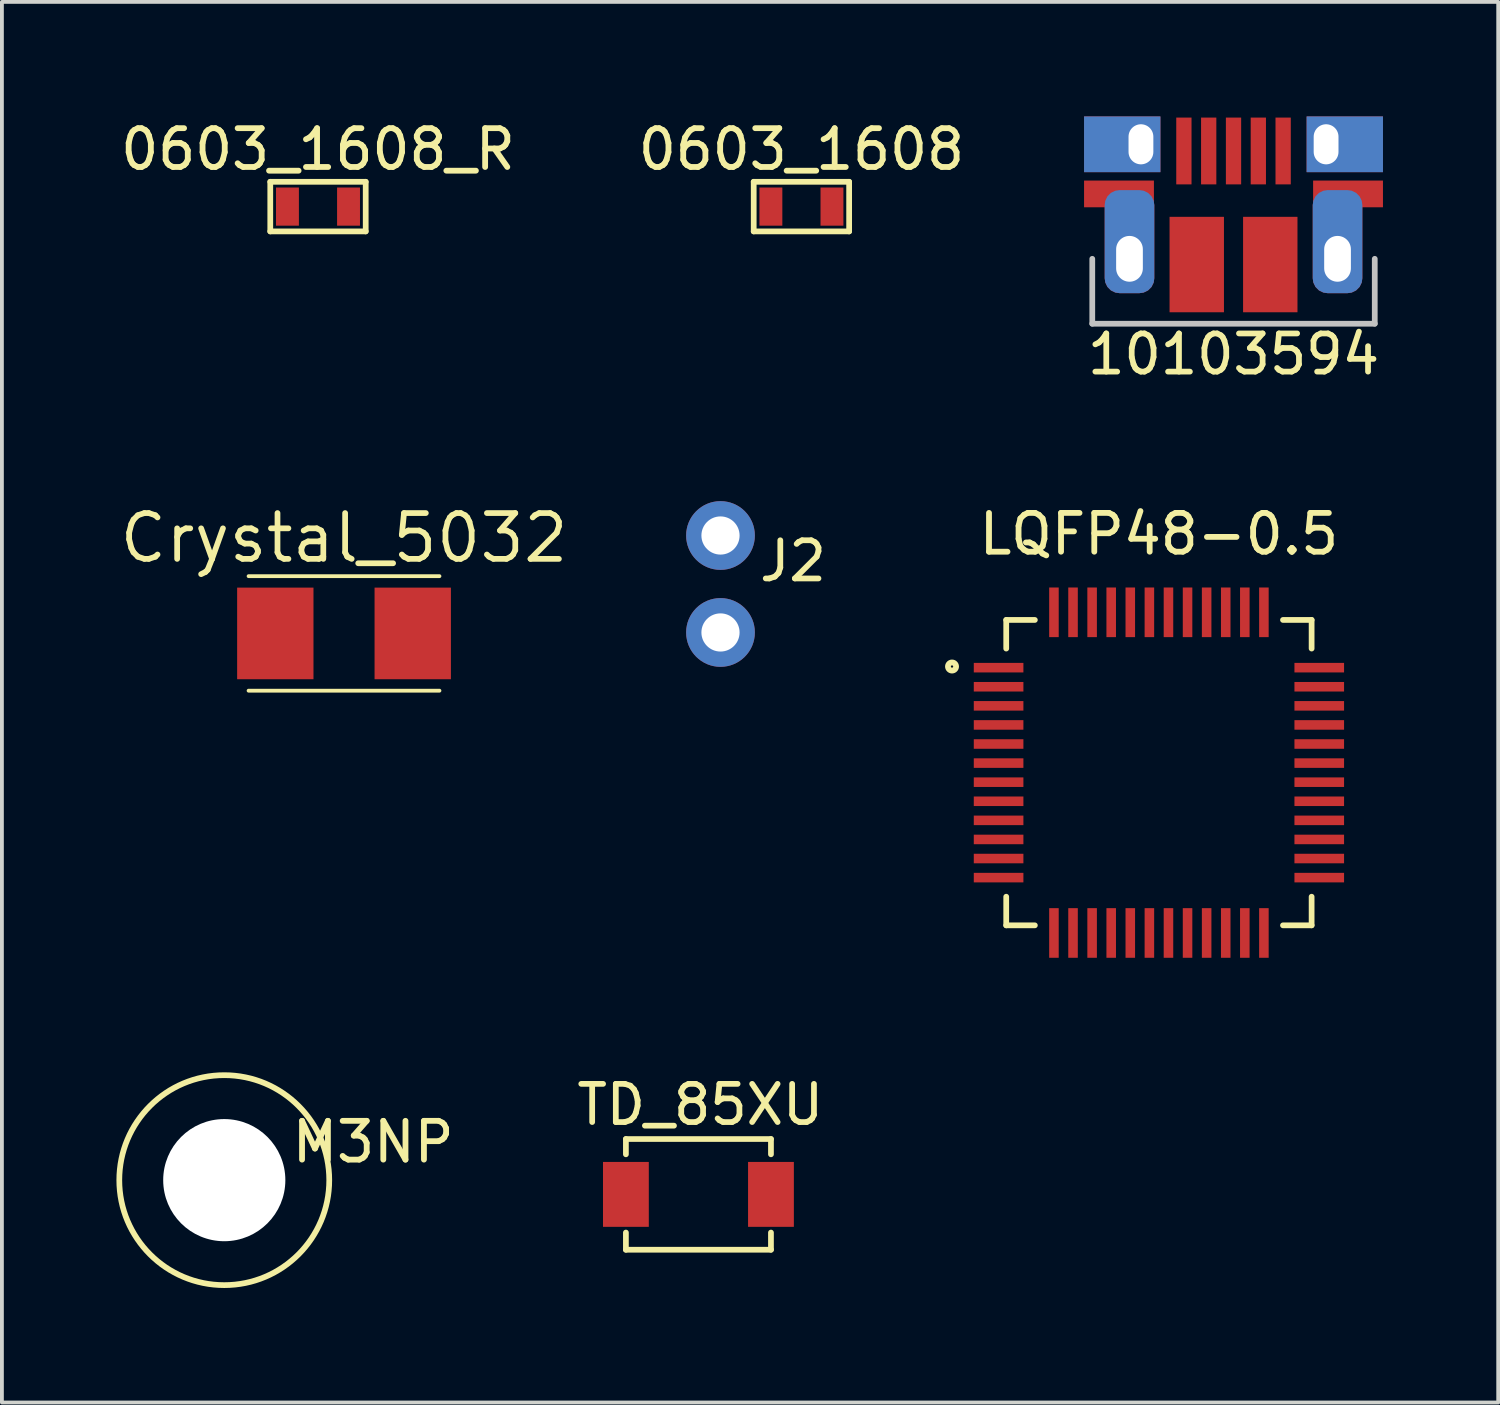
<source format=kicad_pcb>
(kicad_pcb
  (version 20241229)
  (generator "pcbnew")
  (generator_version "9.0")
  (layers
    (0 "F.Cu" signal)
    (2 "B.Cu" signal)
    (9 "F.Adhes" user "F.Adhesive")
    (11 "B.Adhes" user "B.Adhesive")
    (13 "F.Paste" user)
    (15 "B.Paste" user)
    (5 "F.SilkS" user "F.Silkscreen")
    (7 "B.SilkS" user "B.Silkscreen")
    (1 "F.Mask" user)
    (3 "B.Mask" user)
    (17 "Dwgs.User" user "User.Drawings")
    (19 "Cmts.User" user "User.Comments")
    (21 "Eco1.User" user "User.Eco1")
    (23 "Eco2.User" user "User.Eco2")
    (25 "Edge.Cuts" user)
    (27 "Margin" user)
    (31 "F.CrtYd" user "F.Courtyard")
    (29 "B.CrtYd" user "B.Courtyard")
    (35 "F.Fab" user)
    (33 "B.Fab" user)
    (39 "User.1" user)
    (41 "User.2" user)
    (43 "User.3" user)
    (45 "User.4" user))
  (footprint "TD_85XU"
    (layer "F.Cu")
    (at 15.246 28.238)
    (property "Reference" "TD_85XU" (at 0.05 -2.35 0) (layer "F.SilkS") (effects (font (size 1 1) (thickness 0.15))))
    (attr through_hole)
    (fp_line (start -1.9 -1.45) (end 1.9 -1.45) (stroke (width 0.15) (type solid)) (layer "F.SilkS"))
    (fp_line (start -1.9 -1.05) (end -1.9 -1.45) (stroke (width 0.15) (type solid)) (layer "F.SilkS"))
    (fp_line (start -1.9 1.45) (end -1.9 1) (stroke (width 0.15) (type solid)) (layer "F.SilkS"))
    (fp_line (start 1.9 -1.45) (end 1.9 -1.05) (stroke (width 0.15) (type solid)) (layer "F.SilkS"))
    (fp_line (start 1.9 1) (end 1.9 1.45) (stroke (width 0.15) (type solid)) (layer "F.SilkS"))
    (fp_line (start 1.9 1.45) (end -1.9 1.45) (stroke (width 0.15) (type solid)) (layer "F.SilkS"))
    (pad "1" smd rect (at -1.9 0) (size 1.2 1.7) (layers "F.Cu" "F.Mask" "F.Paste"))
    (pad "2" smd rect (at 1.9 0) (size 1.2 1.7) (layers "F.Cu" "F.Mask" "F.Paste")))
  (footprint "M3NP"
    (layer "F.Cu")
    (at 2.825 27.865)
    (property "Reference" "M3NP" (at 3.9 -1 0) (layer "F.SilkS") (effects (font (size 1.016 1.016) (thickness 0.152))))
    (attr through_hole)
    (fp_circle (center 0 0) (end 2.75 0) (stroke (width 0.15) (type solid)) (fill no) (layer "F.SilkS"))
    (pad "" np_thru_hole circle (at 0 0) (size 3.2 3.2) (drill 3.2) (layers "*.Cu" "*.Mask")))
  (footprint "LQFP48-0.5"
    (layer "F.Cu")
    (at 27.309 17.19)
    (property "Reference" "LQFP48-0.5" (at 0 -6.25 0) (layer "F.SilkS") (effects (font (size 1.016 1.016) (thickness 0.152))))
    (attr through_hole)
    (fp_line (start -4 -4) (end -3.25 -4) (stroke (width 0.15) (type solid)) (layer "F.SilkS"))
    (fp_line (start -4 -3.25) (end -4 -4) (stroke (width 0.15) (type solid)) (layer "F.SilkS"))
    (fp_line (start -4 4) (end -4 3.25) (stroke (width 0.15) (type solid)) (layer "F.SilkS"))
    (fp_line (start -3.25 4) (end -4 4) (stroke (width 0.15) (type solid)) (layer "F.SilkS"))
    (fp_line (start 3.25 -4) (end 4 -4) (stroke (width 0.15) (type solid)) (layer "F.SilkS"))
    (fp_line (start 4 -4) (end 4 -3.25) (stroke (width 0.15) (type solid)) (layer "F.SilkS"))
    (fp_line (start 4 3.25) (end 4 4) (stroke (width 0.15) (type solid)) (layer "F.SilkS"))
    (fp_line (start 4 4) (end 3.25 4) (stroke (width 0.15) (type solid)) (layer "F.SilkS"))
    (fp_circle (center -5.42 -2.78) (end -5.345 -2.705) (stroke (width 0.152) (type solid)) (fill no) (layer "F.SilkS"))
    (pad "1" smd rect (at -4.2 -2.75) (size 1.3 0.25) (layers "F.Cu" "F.Mask" "F.Paste"))
    (pad "2" smd rect (at -4.2 -2.25) (size 1.3 0.25) (layers "F.Cu" "F.Mask" "F.Paste"))
    (pad "3" smd rect (at -4.2 -1.75) (size 1.3 0.25) (layers "F.Cu" "F.Mask" "F.Paste"))
    (pad "4" smd rect (at -4.2 -1.25) (size 1.3 0.25) (layers "F.Cu" "F.Mask" "F.Paste"))
    (pad "5" smd rect (at -4.2 -0.75) (size 1.3 0.25) (layers "F.Cu" "F.Mask" "F.Paste"))
    (pad "6" smd rect (at -4.2 -0.25) (size 1.3 0.25) (layers "F.Cu" "F.Mask" "F.Paste"))
    (pad "7" smd rect (at -4.2 0.25) (size 1.3 0.25) (layers "F.Cu" "F.Mask" "F.Paste"))
    (pad "8" smd rect (at -4.2 0.75) (size 1.3 0.25) (layers "F.Cu" "F.Mask" "F.Paste"))
    (pad "9" smd rect (at -4.2 1.25) (size 1.3 0.25) (layers "F.Cu" "F.Mask" "F.Paste"))
    (pad "10" smd rect (at -4.2 1.75) (size 1.3 0.25) (layers "F.Cu" "F.Mask" "F.Paste"))
    (pad "11" smd rect (at -4.2 2.25) (size 1.3 0.25) (layers "F.Cu" "F.Mask" "F.Paste"))
    (pad "12" smd rect (at -4.2 2.75) (size 1.3 0.25) (layers "F.Cu" "F.Mask" "F.Paste"))
    (pad "13" smd rect (at -2.75 4.2) (size 0.25 1.3) (layers "F.Cu" "F.Mask" "F.Paste"))
    (pad "14" smd rect (at -2.25 4.2) (size 0.25 1.3) (layers "F.Cu" "F.Mask" "F.Paste"))
    (pad "15" smd rect (at -1.75 4.2) (size 0.25 1.3) (layers "F.Cu" "F.Mask" "F.Paste"))
    (pad "16" smd rect (at -1.25 4.2) (size 0.25 1.3) (layers "F.Cu" "F.Mask" "F.Paste"))
    (pad "17" smd rect (at -0.75 4.2) (size 0.25 1.3) (layers "F.Cu" "F.Mask" "F.Paste"))
    (pad "18" smd rect (at -0.25 4.2) (size 0.25 1.3) (layers "F.Cu" "F.Mask" "F.Paste"))
    (pad "19" smd rect (at 0.25 4.2) (size 0.25 1.3) (layers "F.Cu" "F.Mask" "F.Paste"))
    (pad "20" smd rect (at 0.75 4.2) (size 0.25 1.3) (layers "F.Cu" "F.Mask" "F.Paste"))
    (pad "21" smd rect (at 1.25 4.2) (size 0.25 1.3) (layers "F.Cu" "F.Mask" "F.Paste"))
    (pad "22" smd rect (at 1.75 4.2) (size 0.25 1.3) (layers "F.Cu" "F.Mask" "F.Paste"))
    (pad "23" smd rect (at 2.25 4.2) (size 0.25 1.3) (layers "F.Cu" "F.Mask" "F.Paste"))
    (pad "24" smd rect (at 2.75 4.2) (size 0.25 1.3) (layers "F.Cu" "F.Mask" "F.Paste"))
    (pad "25" smd rect (at 4.2 2.75) (size 1.3 0.25) (layers "F.Cu" "F.Mask" "F.Paste"))
    (pad "26" smd rect (at 4.2 2.25) (size 1.3 0.25) (layers "F.Cu" "F.Mask" "F.Paste"))
    (pad "27" smd rect (at 4.2 1.75) (size 1.3 0.25) (layers "F.Cu" "F.Mask" "F.Paste"))
    (pad "28" smd rect (at 4.2 1.25) (size 1.3 0.25) (layers "F.Cu" "F.Mask" "F.Paste"))
    (pad "29" smd rect (at 4.2 0.75) (size 1.3 0.25) (layers "F.Cu" "F.Mask" "F.Paste"))
    (pad "30" smd rect (at 4.2 0.25) (size 1.3 0.25) (layers "F.Cu" "F.Mask" "F.Paste"))
    (pad "31" smd rect (at 4.2 -0.25) (size 1.3 0.25) (layers "F.Cu" "F.Mask" "F.Paste"))
    (pad "32" smd rect (at 4.2 -0.75) (size 1.3 0.25) (layers "F.Cu" "F.Mask" "F.Paste"))
    (pad "33" smd rect (at 4.2 -1.25) (size 1.3 0.25) (layers "F.Cu" "F.Mask" "F.Paste"))
    (pad "34" smd rect (at 4.2 -1.75) (size 1.3 0.25) (layers "F.Cu" "F.Mask" "F.Paste"))
    (pad "35" smd rect (at 4.2 -2.25) (size 1.3 0.25) (layers "F.Cu" "F.Mask" "F.Paste"))
    (pad "36" smd rect (at 4.2 -2.75) (size 1.3 0.25) (layers "F.Cu" "F.Mask" "F.Paste"))
    (pad "37" smd rect (at 2.75 -4.2) (size 0.25 1.3) (layers "F.Cu" "F.Mask" "F.Paste"))
    (pad "38" smd rect (at 2.25 -4.2) (size 0.25 1.3) (layers "F.Cu" "F.Mask" "F.Paste"))
    (pad "39" smd rect (at 1.75 -4.2) (size 0.25 1.3) (layers "F.Cu" "F.Mask" "F.Paste"))
    (pad "40" smd rect (at 1.25 -4.2) (size 0.25 1.3) (layers "F.Cu" "F.Mask" "F.Paste"))
    (pad "41" smd rect (at 0.75 -4.2) (size 0.25 1.3) (layers "F.Cu" "F.Mask" "F.Paste"))
    (pad "42" smd rect (at 0.25 -4.2) (size 0.25 1.3) (layers "F.Cu" "F.Mask" "F.Paste"))
    (pad "43" smd rect (at -0.25 -4.2) (size 0.25 1.3) (layers "F.Cu" "F.Mask" "F.Paste"))
    (pad "44" smd rect (at -0.75 -4.2) (size 0.25 1.3) (layers "F.Cu" "F.Mask" "F.Paste"))
    (pad "45" smd rect (at -1.25 -4.2) (size 0.25 1.3) (layers "F.Cu" "F.Mask" "F.Paste"))
    (pad "46" smd rect (at -1.75 -4.2) (size 0.25 1.3) (layers "F.Cu" "F.Mask" "F.Paste"))
    (pad "47" smd rect (at -2.25 -4.2) (size 0.25 1.3) (layers "F.Cu" "F.Mask" "F.Paste"))
    (pad "48" smd rect (at -2.75 -4.2) (size 0.25 1.3) (layers "F.Cu" "F.Mask" "F.Paste")))
  (footprint "10103594"
    (layer "F.Cu")
    (at 29.263 0.73)
    (property "Reference" "10103594" (at 0 5.5 0) (layer "F.SilkS") (effects (font (size 1 1) (thickness 0.15))))
    (attr through_hole)
    (fp_line (start -3.7 3) (end -3.7 4.7) (stroke (width 0.15) (type solid)) (layer "Dwgs.User"))
    (fp_line (start 3.7 3) (end 3.7 4.7) (stroke (width 0.15) (type solid)) (layer "Dwgs.User"))
    (fp_line (start 3.7 4.7) (end -3.7 4.7) (stroke (width 0.15) (type solid)) (layer "Dwgs.User"))
    (pad "1" smd rect (at -1.3 0.175) (size 0.4 1.75) (layers "F.Cu" "F.Mask" "F.Paste"))
    (pad "2" smd rect (at -0.65 0.175) (size 0.4 1.75) (layers "F.Cu" "F.Mask" "F.Paste"))
    (pad "3" smd rect (at 0 0.175) (size 0.4 1.75) (layers "F.Cu" "F.Mask" "F.Paste"))
    (pad "4" smd rect (at 0.65 0.175) (size 0.4 1.75) (layers "F.Cu" "F.Mask" "F.Paste"))
    (pad "5" smd rect (at 1.3 0.175) (size 0.4 1.75) (layers "F.Cu" "F.Mask" "F.Paste"))
    (pad "6" smd rect (at -3 1.3) (size 1.83 0.7) (layers "F.Cu" "F.Mask" "F.Paste"))
    (pad "6" thru_hole roundrect (at -2.725 3) (size 1.3 2.7) (drill oval 0.7 1.2 (offset 0 -0.45)) (layers "*.Cu" "*.Mask" "F.Paste") (roundrect_rratio 0.3))
    (pad "6" thru_hole rect (at -2.425 0) (size 2 1.46) (drill oval 0.65 1.05 (offset -0.49 0)) (layers "*.Cu" "*.Mask" "F.Paste"))
    (pad "6" smd rect (at -0.963 3.15) (size 1.425 2.5) (layers "F.Cu" "F.Mask" "F.Paste"))
    (pad "6" smd rect (at 0.963 3.15) (size 1.425 2.5) (layers "F.Cu" "F.Mask" "F.Paste"))
    (pad "6" thru_hole rect (at 2.425 0) (size 2 1.46) (drill oval 0.65 1.05 (offset 0.49 0)) (layers "*.Cu" "*.Mask" "F.Paste"))
    (pad "6" thru_hole roundrect (at 2.725 3) (size 1.3 2.7) (drill oval 0.7 1.2 (offset 0 -0.45)) (layers "*.Cu" "*.Mask" "F.Paste") (roundrect_rratio 0.3))
    (pad "6" smd rect (at 3 1.3) (size 1.83 0.7) (layers "F.Cu" "F.Mask" "F.Paste")))
  (footprint "J2"
    (layer "F.Cu")
    (at 15.824 12.248)
    (property "Reference" "J2" (at 1.9 -0.6 0) (layer "F.SilkS") (effects (font (size 1 1) (thickness 0.15))))
    (attr through_hole)
    (pad "1" thru_hole circle (at 0 -1.27) (size 1.8 1.8) (drill 1) (layers "*.Cu" "*.Mask"))
    (pad "2" thru_hole circle (at 0 1.27) (size 1.8 1.8) (drill 1) (layers "*.Cu" "*.Mask")))
  (footprint "Crystal_5032"
    (layer "F.Cu")
    (at 5.962 13.543)
    (property "Reference" "Crystal_5032" (at 0 -2.5 0) (layer "F.SilkS") (effects (font (size 1.2 1.2) (thickness 0.15))))
    (attr through_hole)
    (fp_line (start -2.5 -1.5) (end 2.5 -1.5) (stroke (width 0.1) (type solid)) (layer "F.SilkS"))
    (fp_line (start 2.5 1.5) (end -2.5 1.5) (stroke (width 0.1) (type solid)) (layer "F.SilkS"))
    (pad "1" smd rect (at -1.8 0) (size 2 2.4) (layers "F.Cu" "F.Mask" "F.Paste"))
    (pad "2" smd rect (at 1.8 0) (size 2 2.4) (layers "F.Cu" "F.Mask" "F.Paste")))
  (footprint "0603_1608_R"
    (layer "F.Cu")
    (at 5.28 2.362)
    (property "Reference" "0603_1608_R" (at 0 -1.5 0) (layer "F.SilkS") (effects (font (size 1.016 1.016) (thickness 0.152))))
    (attr through_hole)
    (fp_line (start -1.25 -0.65) (end -1.25 0.65) (stroke (width 0.15) (type solid)) (layer "F.SilkS"))
    (fp_line (start -1.25 -0.65) (end 1.25 -0.65) (stroke (width 0.15) (type solid)) (layer "F.SilkS"))
    (fp_line (start 1.25 -0.65) (end 1.25 0.65) (stroke (width 0.15) (type solid)) (layer "F.SilkS"))
    (fp_line (start 1.25 0.65) (end -1.25 0.65) (stroke (width 0.15) (type solid)) (layer "F.SilkS"))
    (pad "1" smd rect (at -0.8 0) (size 0.6 1) (layers "F.Cu" "F.Mask" "F.Paste"))
    (pad "2" smd rect (at 0.8 0) (size 0.6 1) (layers "F.Cu" "F.Mask" "F.Paste")))
  (footprint "0603_1608"
    (layer "F.Cu")
    (at 17.944 2.362)
    (property "Reference" "0603_1608" (at 0 -1.5 0) (layer "F.SilkS") (effects (font (size 1.016 1.016) (thickness 0.152))))
    (attr through_hole)
    (fp_line (start -1.25 -0.65) (end -1.25 0.65) (stroke (width 0.15) (type solid)) (layer "F.SilkS"))
    (fp_line (start -1.25 -0.65) (end 1.25 -0.65) (stroke (width 0.15) (type solid)) (layer "F.SilkS"))
    (fp_line (start 1.25 -0.65) (end 1.25 0.65) (stroke (width 0.15) (type solid)) (layer "F.SilkS"))
    (fp_line (start 1.25 0.65) (end -1.25 0.65) (stroke (width 0.15) (type solid)) (layer "F.SilkS"))
    (pad "1" smd rect (at -0.8 0) (size 0.6 1) (layers "F.Cu" "F.Mask" "F.Paste"))
    (pad "2" smd rect (at 0.8 0) (size 0.6 1) (layers "F.Cu" "F.Mask" "F.Paste")))
  (gr_rect
    (start -3 -3)
    (end 36.197 33.69)
    (stroke (width 0.1) (type default))
    (fill no)
    (layer "Edge.Cuts")))
</source>
